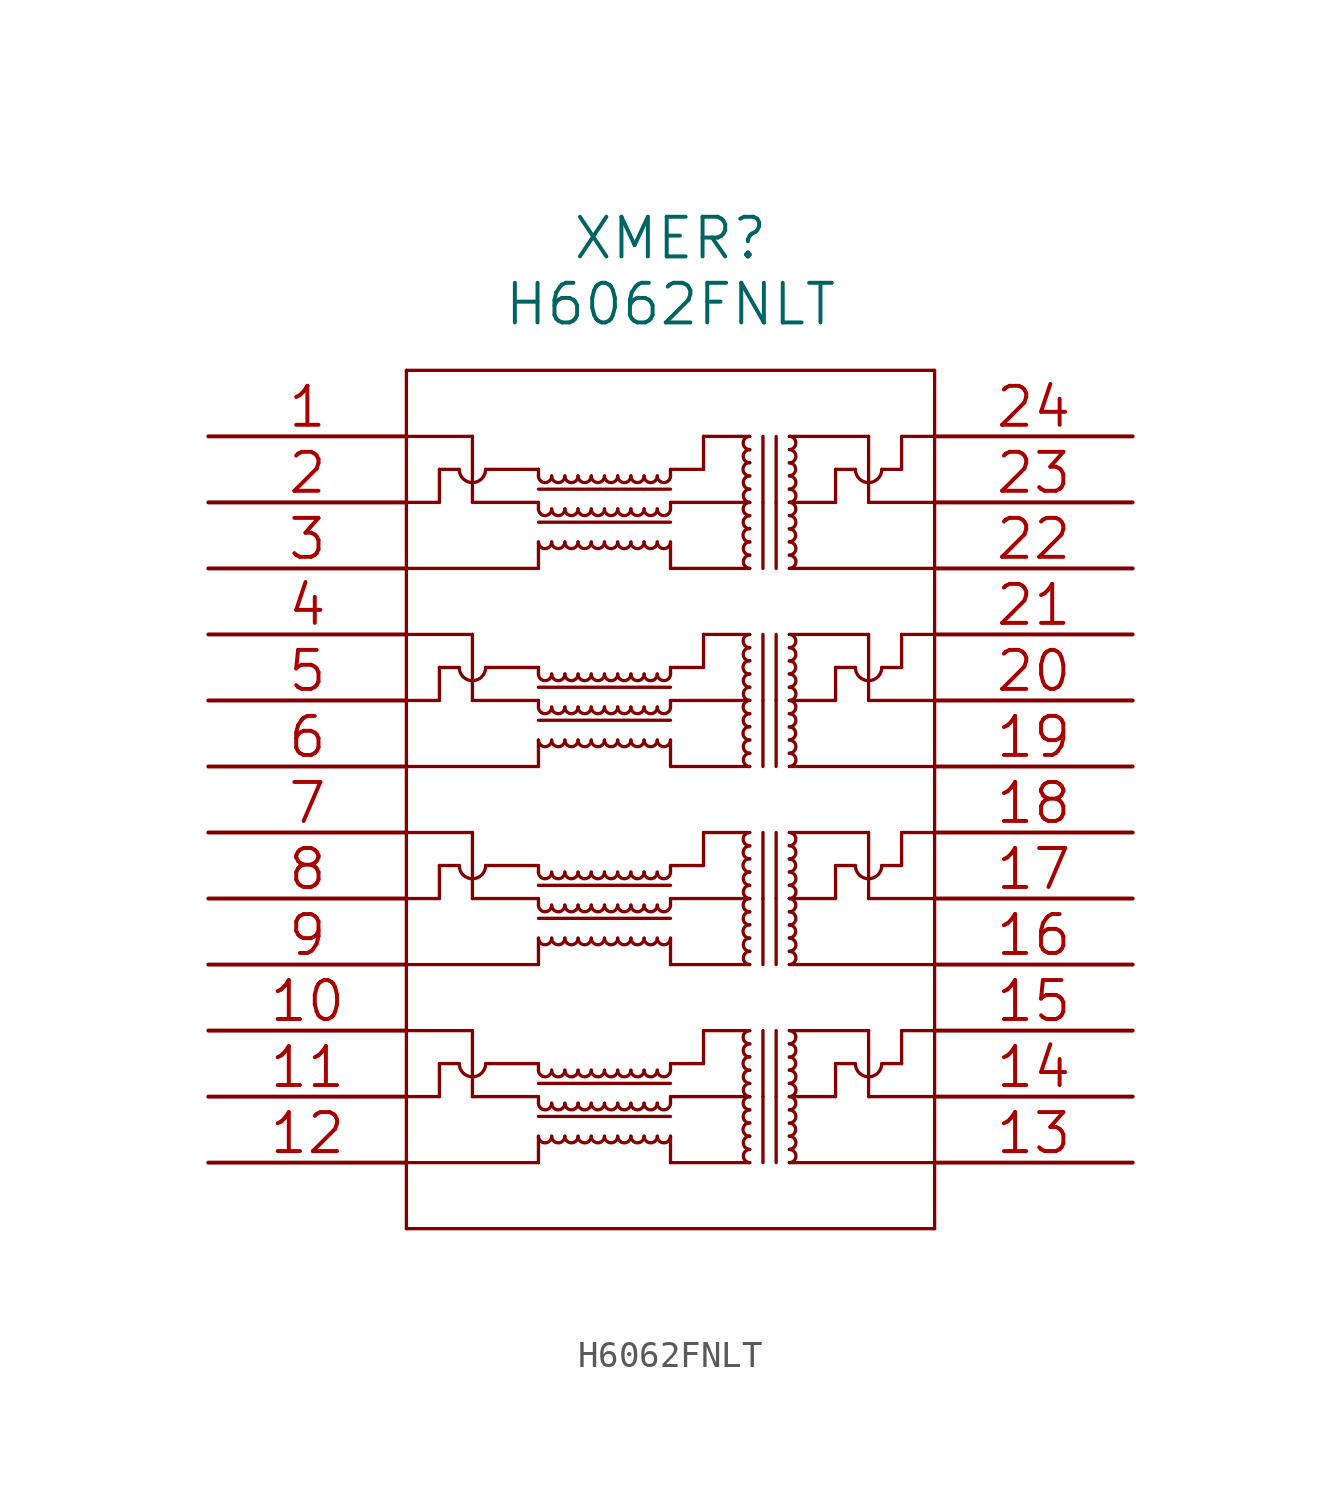
<source format=kicad_sym>
(kicad_symbol_lib
  (version 20211014)
  (generator kicad_symbol_editor)
  (symbol "H6062FNLT"
    (pin_names
      (offset 0.254) hide)
    (property "Reference" "XMER"
      (at 17.78 7.62 0)
      (effects (font (size 1.524 1.524))))
    (property "Value" "H6062FNLT"
      (at 17.78 5.08 0)
      (effects (font (size 1.524 1.524))))
    (property "Datasheet" ""
      (at 0 0 0)
      (effects (font (size 1.524 1.524))))
    (property "ki_locked" ""
      (at 0 0 0)
      (effects (font (size 1.27 1.27))))
    (symbol "H6062FNLT_1_1"
      (polyline (pts (xy 7.62 -30.48) (xy 27.94 -30.48)) (stroke (width 0.127) (type default) (color 0 0 0 0)) (fill (type none)))
      (polyline (pts (xy 7.62 -25.4) (xy 8.89 -25.4)) (stroke (width 0.127) (type default) (color 0 0 0 0)) (fill (type none)))
      (polyline (pts (xy 7.62 -22.86) (xy 10.16 -22.86)) (stroke (width 0.127) (type default) (color 0 0 0 0)) (fill (type none)))
      (polyline (pts (xy 7.62 -17.78) (xy 8.89 -17.78)) (stroke (width 0.127) (type default) (color 0 0 0 0)) (fill (type none)))
      (polyline (pts (xy 7.62 -15.24) (xy 10.16 -15.24)) (stroke (width 0.127) (type default) (color 0 0 0 0)) (fill (type none)))
      (polyline (pts (xy 7.62 -10.16) (xy 8.89 -10.16)) (stroke (width 0.127) (type default) (color 0 0 0 0)) (fill (type none)))
      (polyline (pts (xy 7.62 -7.62) (xy 10.16 -7.62)) (stroke (width 0.127) (type default) (color 0 0 0 0)) (fill (type none)))
      (polyline (pts (xy 7.62 -2.54) (xy 8.89 -2.54)) (stroke (width 0.127) (type default) (color 0 0 0 0)) (fill (type none)))
      (polyline (pts (xy 7.62 0) (xy 10.16 0)) (stroke (width 0.127) (type default) (color 0 0 0 0)) (fill (type none)))
      (polyline (pts (xy 7.62 2.54) (xy 7.62 -30.48)) (stroke (width 0.127) (type default) (color 0 0 0 0)) (fill (type none)))
      (polyline (pts (xy 8.89 -24.13) (xy 8.89 -25.4)) (stroke (width 0.127) (type default) (color 0 0 0 0)) (fill (type none)))
      (polyline (pts (xy 8.89 -24.13) (xy 9.652 -24.13)) (stroke (width 0.127) (type default) (color 0 0 0 0)) (fill (type none)))
      (polyline (pts (xy 8.89 -16.51) (xy 8.89 -17.78)) (stroke (width 0.127) (type default) (color 0 0 0 0)) (fill (type none)))
      (polyline (pts (xy 8.89 -16.51) (xy 9.652 -16.51)) (stroke (width 0.127) (type default) (color 0 0 0 0)) (fill (type none)))
      (polyline (pts (xy 8.89 -8.89) (xy 8.89 -10.16)) (stroke (width 0.127) (type default) (color 0 0 0 0)) (fill (type none)))
      (polyline (pts (xy 8.89 -8.89) (xy 9.652 -8.89)) (stroke (width 0.127) (type default) (color 0 0 0 0)) (fill (type none)))
      (polyline (pts (xy 8.89 -1.27) (xy 8.89 -2.54)) (stroke (width 0.127) (type default) (color 0 0 0 0)) (fill (type none)))
      (polyline (pts (xy 8.89 -1.27) (xy 9.652 -1.27)) (stroke (width 0.127) (type default) (color 0 0 0 0)) (fill (type none)))
      (polyline (pts (xy 10.16 -25.4) (xy 10.16 -22.86)) (stroke (width 0.127) (type default) (color 0 0 0 0)) (fill (type none)))
      (polyline (pts (xy 10.16 -17.78) (xy 10.16 -15.24)) (stroke (width 0.127) (type default) (color 0 0 0 0)) (fill (type none)))
      (polyline (pts (xy 10.16 -10.16) (xy 10.16 -7.62)) (stroke (width 0.127) (type default) (color 0 0 0 0)) (fill (type none)))
      (polyline (pts (xy 10.16 -2.54) (xy 10.16 0)) (stroke (width 0.127) (type default) (color 0 0 0 0)) (fill (type none)))
      (polyline (pts (xy 12.7 -27.94) (xy 7.62 -27.94)) (stroke (width 0.127) (type default) (color 0 0 0 0)) (fill (type none)))
      (polyline (pts (xy 12.7 -26.924) (xy 12.7 -27.94)) (stroke (width 0.127) (type default) (color 0 0 0 0)) (fill (type none)))
      (polyline (pts (xy 12.7 -26.162) (xy 17.78 -26.162)) (stroke (width 0.127) (type default) (color 0 0 0 0)) (fill (type none)))
      (polyline (pts (xy 12.7 -25.654) (xy 12.7 -25.4)) (stroke (width 0.127) (type default) (color 0 0 0 0)) (fill (type none)))
      (polyline (pts (xy 12.7 -25.4) (xy 10.16 -25.4)) (stroke (width 0.127) (type default) (color 0 0 0 0)) (fill (type none)))
      (polyline (pts (xy 12.7 -24.892) (xy 17.78 -24.892)) (stroke (width 0.127) (type default) (color 0 0 0 0)) (fill (type none)))
      (polyline (pts (xy 12.7 -24.384) (xy 12.7 -24.13)) (stroke (width 0.127) (type default) (color 0 0 0 0)) (fill (type none)))
      (polyline (pts (xy 12.7 -24.13) (xy 10.668 -24.13)) (stroke (width 0.127) (type default) (color 0 0 0 0)) (fill (type none)))
      (polyline (pts (xy 12.7 -20.32) (xy 7.62 -20.32)) (stroke (width 0.127) (type default) (color 0 0 0 0)) (fill (type none)))
      (polyline (pts (xy 12.7 -19.304) (xy 12.7 -20.32)) (stroke (width 0.127) (type default) (color 0 0 0 0)) (fill (type none)))
      (polyline (pts (xy 12.7 -18.542) (xy 17.78 -18.542)) (stroke (width 0.127) (type default) (color 0 0 0 0)) (fill (type none)))
      (polyline (pts (xy 12.7 -18.034) (xy 12.7 -17.78)) (stroke (width 0.127) (type default) (color 0 0 0 0)) (fill (type none)))
      (polyline (pts (xy 12.7 -17.78) (xy 10.16 -17.78)) (stroke (width 0.127) (type default) (color 0 0 0 0)) (fill (type none)))
      (polyline (pts (xy 12.7 -17.272) (xy 17.78 -17.272)) (stroke (width 0.127) (type default) (color 0 0 0 0)) (fill (type none)))
      (polyline (pts (xy 12.7 -16.764) (xy 12.7 -16.51)) (stroke (width 0.127) (type default) (color 0 0 0 0)) (fill (type none)))
      (polyline (pts (xy 12.7 -16.51) (xy 10.668 -16.51)) (stroke (width 0.127) (type default) (color 0 0 0 0)) (fill (type none)))
      (polyline (pts (xy 12.7 -12.7) (xy 7.62 -12.7)) (stroke (width 0.127) (type default) (color 0 0 0 0)) (fill (type none)))
      (polyline (pts (xy 12.7 -11.684) (xy 12.7 -12.7)) (stroke (width 0.127) (type default) (color 0 0 0 0)) (fill (type none)))
      (polyline (pts (xy 12.7 -10.922) (xy 17.78 -10.922)) (stroke (width 0.127) (type default) (color 0 0 0 0)) (fill (type none)))
      (polyline (pts (xy 12.7 -10.414) (xy 12.7 -10.16)) (stroke (width 0.127) (type default) (color 0 0 0 0)) (fill (type none)))
      (polyline (pts (xy 12.7 -10.16) (xy 10.16 -10.16)) (stroke (width 0.127) (type default) (color 0 0 0 0)) (fill (type none)))
      (polyline (pts (xy 12.7 -9.652) (xy 17.78 -9.652)) (stroke (width 0.127) (type default) (color 0 0 0 0)) (fill (type none)))
      (polyline (pts (xy 12.7 -9.144) (xy 12.7 -8.89)) (stroke (width 0.127) (type default) (color 0 0 0 0)) (fill (type none)))
      (polyline (pts (xy 12.7 -8.89) (xy 10.668 -8.89)) (stroke (width 0.127) (type default) (color 0 0 0 0)) (fill (type none)))
      (polyline (pts (xy 12.7 -5.08) (xy 7.62 -5.08)) (stroke (width 0.127) (type default) (color 0 0 0 0)) (fill (type none)))
      (polyline (pts (xy 12.7 -4.064) (xy 12.7 -5.08)) (stroke (width 0.127) (type default) (color 0 0 0 0)) (fill (type none)))
      (polyline (pts (xy 12.7 -3.302) (xy 17.78 -3.302)) (stroke (width 0.127) (type default) (color 0 0 0 0)) (fill (type none)))
      (polyline (pts (xy 12.7 -2.794) (xy 12.7 -2.54)) (stroke (width 0.127) (type default) (color 0 0 0 0)) (fill (type none)))
      (polyline (pts (xy 12.7 -2.54) (xy 10.16 -2.54)) (stroke (width 0.127) (type default) (color 0 0 0 0)) (fill (type none)))
      (polyline (pts (xy 12.7 -2.032) (xy 17.78 -2.032)) (stroke (width 0.127) (type default) (color 0 0 0 0)) (fill (type none)))
      (polyline (pts (xy 12.7 -1.524) (xy 12.7 -1.27)) (stroke (width 0.127) (type default) (color 0 0 0 0)) (fill (type none)))
      (polyline (pts (xy 12.7 -1.27) (xy 10.668 -1.27)) (stroke (width 0.127) (type default) (color 0 0 0 0)) (fill (type none)))
      (polyline (pts (xy 17.78 -27.94) (xy 20.828 -27.94)) (stroke (width 0.127) (type default) (color 0 0 0 0)) (fill (type none)))
      (polyline (pts (xy 17.78 -26.924) (xy 17.78 -27.94)) (stroke (width 0.127) (type default) (color 0 0 0 0)) (fill (type none)))
      (polyline (pts (xy 17.78 -25.654) (xy 17.78 -25.4)) (stroke (width 0.127) (type default) (color 0 0 0 0)) (fill (type none)))
      (polyline (pts (xy 17.78 -25.4) (xy 20.828 -25.4)) (stroke (width 0.127) (type default) (color 0 0 0 0)) (fill (type none)))
      (polyline (pts (xy 17.78 -24.384) (xy 17.78 -24.13)) (stroke (width 0.127) (type default) (color 0 0 0 0)) (fill (type none)))
      (polyline (pts (xy 17.78 -24.13) (xy 19.05 -24.13)) (stroke (width 0.127) (type default) (color 0 0 0 0)) (fill (type none)))
      (polyline (pts (xy 17.78 -20.32) (xy 20.828 -20.32)) (stroke (width 0.127) (type default) (color 0 0 0 0)) (fill (type none)))
      (polyline (pts (xy 17.78 -19.304) (xy 17.78 -20.32)) (stroke (width 0.127) (type default) (color 0 0 0 0)) (fill (type none)))
      (polyline (pts (xy 17.78 -18.034) (xy 17.78 -17.78)) (stroke (width 0.127) (type default) (color 0 0 0 0)) (fill (type none)))
      (polyline (pts (xy 17.78 -17.78) (xy 20.828 -17.78)) (stroke (width 0.127) (type default) (color 0 0 0 0)) (fill (type none)))
      (polyline (pts (xy 17.78 -16.764) (xy 17.78 -16.51)) (stroke (width 0.127) (type default) (color 0 0 0 0)) (fill (type none)))
      (polyline (pts (xy 17.78 -16.51) (xy 19.05 -16.51)) (stroke (width 0.127) (type default) (color 0 0 0 0)) (fill (type none)))
      (polyline (pts (xy 17.78 -12.7) (xy 20.828 -12.7)) (stroke (width 0.127) (type default) (color 0 0 0 0)) (fill (type none)))
      (polyline (pts (xy 17.78 -11.684) (xy 17.78 -12.7)) (stroke (width 0.127) (type default) (color 0 0 0 0)) (fill (type none)))
      (polyline (pts (xy 17.78 -10.414) (xy 17.78 -10.16)) (stroke (width 0.127) (type default) (color 0 0 0 0)) (fill (type none)))
      (polyline (pts (xy 17.78 -10.16) (xy 20.828 -10.16)) (stroke (width 0.127) (type default) (color 0 0 0 0)) (fill (type none)))
      (polyline (pts (xy 17.78 -9.144) (xy 17.78 -8.89)) (stroke (width 0.127) (type default) (color 0 0 0 0)) (fill (type none)))
      (polyline (pts (xy 17.78 -8.89) (xy 19.05 -8.89)) (stroke (width 0.127) (type default) (color 0 0 0 0)) (fill (type none)))
      (polyline (pts (xy 17.78 -5.08) (xy 20.828 -5.08)) (stroke (width 0.127) (type default) (color 0 0 0 0)) (fill (type none)))
      (polyline (pts (xy 17.78 -4.064) (xy 17.78 -5.08)) (stroke (width 0.127) (type default) (color 0 0 0 0)) (fill (type none)))
      (polyline (pts (xy 17.78 -2.794) (xy 17.78 -2.54)) (stroke (width 0.127) (type default) (color 0 0 0 0)) (fill (type none)))
      (polyline (pts (xy 17.78 -2.54) (xy 20.828 -2.54)) (stroke (width 0.127) (type default) (color 0 0 0 0)) (fill (type none)))
      (polyline (pts (xy 17.78 -1.524) (xy 17.78 -1.27)) (stroke (width 0.127) (type default) (color 0 0 0 0)) (fill (type none)))
      (polyline (pts (xy 17.78 -1.27) (xy 19.05 -1.27)) (stroke (width 0.127) (type default) (color 0 0 0 0)) (fill (type none)))
      (polyline (pts (xy 19.05 -22.86) (xy 19.05 -24.13)) (stroke (width 0.127) (type default) (color 0 0 0 0)) (fill (type none)))
      (polyline (pts (xy 19.05 -22.86) (xy 20.828 -22.86)) (stroke (width 0.127) (type default) (color 0 0 0 0)) (fill (type none)))
      (polyline (pts (xy 19.05 -15.24) (xy 19.05 -16.51)) (stroke (width 0.127) (type default) (color 0 0 0 0)) (fill (type none)))
      (polyline (pts (xy 19.05 -15.24) (xy 20.828 -15.24)) (stroke (width 0.127) (type default) (color 0 0 0 0)) (fill (type none)))
      (polyline (pts (xy 19.05 -7.62) (xy 19.05 -8.89)) (stroke (width 0.127) (type default) (color 0 0 0 0)) (fill (type none)))
      (polyline (pts (xy 19.05 -7.62) (xy 20.828 -7.62)) (stroke (width 0.127) (type default) (color 0 0 0 0)) (fill (type none)))
      (polyline (pts (xy 19.05 0) (xy 19.05 -1.27)) (stroke (width 0.127) (type default) (color 0 0 0 0)) (fill (type none)))
      (polyline (pts (xy 19.05 0) (xy 20.828 0)) (stroke (width 0.127) (type default) (color 0 0 0 0)) (fill (type none)))
      (polyline (pts (xy 21.336 -25.4) (xy 21.336 -27.94)) (stroke (width 0.127) (type default) (color 0 0 0 0)) (fill (type none)))
      (polyline (pts (xy 21.336 -22.86) (xy 21.336 -25.4)) (stroke (width 0.127) (type default) (color 0 0 0 0)) (fill (type none)))
      (polyline (pts (xy 21.336 -17.78) (xy 21.336 -20.32)) (stroke (width 0.127) (type default) (color 0 0 0 0)) (fill (type none)))
      (polyline (pts (xy 21.336 -15.24) (xy 21.336 -17.78)) (stroke (width 0.127) (type default) (color 0 0 0 0)) (fill (type none)))
      (polyline (pts (xy 21.336 -10.16) (xy 21.336 -12.7)) (stroke (width 0.127) (type default) (color 0 0 0 0)) (fill (type none)))
      (polyline (pts (xy 21.336 -7.62) (xy 21.336 -10.16)) (stroke (width 0.127) (type default) (color 0 0 0 0)) (fill (type none)))
      (polyline (pts (xy 21.336 -2.54) (xy 21.336 -5.08)) (stroke (width 0.127) (type default) (color 0 0 0 0)) (fill (type none)))
      (polyline (pts (xy 21.336 0) (xy 21.336 -2.54)) (stroke (width 0.127) (type default) (color 0 0 0 0)) (fill (type none)))
      (polyline (pts (xy 21.844 -27.94) (xy 21.844 -25.4)) (stroke (width 0.127) (type default) (color 0 0 0 0)) (fill (type none)))
      (polyline (pts (xy 21.844 -25.4) (xy 21.844 -22.86)) (stroke (width 0.127) (type default) (color 0 0 0 0)) (fill (type none)))
      (polyline (pts (xy 21.844 -20.32) (xy 21.844 -17.78)) (stroke (width 0.127) (type default) (color 0 0 0 0)) (fill (type none)))
      (polyline (pts (xy 21.844 -17.78) (xy 21.844 -15.24)) (stroke (width 0.127) (type default) (color 0 0 0 0)) (fill (type none)))
      (polyline (pts (xy 21.844 -12.7) (xy 21.844 -10.16)) (stroke (width 0.127) (type default) (color 0 0 0 0)) (fill (type none)))
      (polyline (pts (xy 21.844 -10.16) (xy 21.844 -7.62)) (stroke (width 0.127) (type default) (color 0 0 0 0)) (fill (type none)))
      (polyline (pts (xy 21.844 -5.08) (xy 21.844 -2.54)) (stroke (width 0.127) (type default) (color 0 0 0 0)) (fill (type none)))
      (polyline (pts (xy 21.844 -2.54) (xy 21.844 0)) (stroke (width 0.127) (type default) (color 0 0 0 0)) (fill (type none)))
      (polyline (pts (xy 24.13 -25.4) (xy 22.352 -25.4)) (stroke (width 0.127) (type default) (color 0 0 0 0)) (fill (type none)))
      (polyline (pts (xy 24.13 -24.13) (xy 24.13 -25.4)) (stroke (width 0.127) (type default) (color 0 0 0 0)) (fill (type none)))
      (polyline (pts (xy 24.13 -17.78) (xy 22.352 -17.78)) (stroke (width 0.127) (type default) (color 0 0 0 0)) (fill (type none)))
      (polyline (pts (xy 24.13 -16.51) (xy 24.13 -17.78)) (stroke (width 0.127) (type default) (color 0 0 0 0)) (fill (type none)))
      (polyline (pts (xy 24.13 -10.16) (xy 22.352 -10.16)) (stroke (width 0.127) (type default) (color 0 0 0 0)) (fill (type none)))
      (polyline (pts (xy 24.13 -8.89) (xy 24.13 -10.16)) (stroke (width 0.127) (type default) (color 0 0 0 0)) (fill (type none)))
      (polyline (pts (xy 24.13 -2.54) (xy 22.352 -2.54)) (stroke (width 0.127) (type default) (color 0 0 0 0)) (fill (type none)))
      (polyline (pts (xy 24.13 -1.27) (xy 24.13 -2.54)) (stroke (width 0.127) (type default) (color 0 0 0 0)) (fill (type none)))
      (polyline (pts (xy 24.892 -24.13) (xy 24.13 -24.13)) (stroke (width 0.127) (type default) (color 0 0 0 0)) (fill (type none)))
      (polyline (pts (xy 24.892 -16.51) (xy 24.13 -16.51)) (stroke (width 0.127) (type default) (color 0 0 0 0)) (fill (type none)))
      (polyline (pts (xy 24.892 -8.89) (xy 24.13 -8.89)) (stroke (width 0.127) (type default) (color 0 0 0 0)) (fill (type none)))
      (polyline (pts (xy 24.892 -1.27) (xy 24.13 -1.27)) (stroke (width 0.127) (type default) (color 0 0 0 0)) (fill (type none)))
      (polyline (pts (xy 25.4 -25.4) (xy 25.4 -22.86)) (stroke (width 0.127) (type default) (color 0 0 0 0)) (fill (type none)))
      (polyline (pts (xy 25.4 -25.4) (xy 27.94 -25.4)) (stroke (width 0.127) (type default) (color 0 0 0 0)) (fill (type none)))
      (polyline (pts (xy 25.4 -22.86) (xy 22.352 -22.86)) (stroke (width 0.127) (type default) (color 0 0 0 0)) (fill (type none)))
      (polyline (pts (xy 25.4 -17.78) (xy 25.4 -15.24)) (stroke (width 0.127) (type default) (color 0 0 0 0)) (fill (type none)))
      (polyline (pts (xy 25.4 -17.78) (xy 27.94 -17.78)) (stroke (width 0.127) (type default) (color 0 0 0 0)) (fill (type none)))
      (polyline (pts (xy 25.4 -15.24) (xy 22.352 -15.24)) (stroke (width 0.127) (type default) (color 0 0 0 0)) (fill (type none)))
      (polyline (pts (xy 25.4 -10.16) (xy 25.4 -7.62)) (stroke (width 0.127) (type default) (color 0 0 0 0)) (fill (type none)))
      (polyline (pts (xy 25.4 -10.16) (xy 27.94 -10.16)) (stroke (width 0.127) (type default) (color 0 0 0 0)) (fill (type none)))
      (polyline (pts (xy 25.4 -7.62) (xy 22.352 -7.62)) (stroke (width 0.127) (type default) (color 0 0 0 0)) (fill (type none)))
      (polyline (pts (xy 25.4 -2.54) (xy 25.4 0)) (stroke (width 0.127) (type default) (color 0 0 0 0)) (fill (type none)))
      (polyline (pts (xy 25.4 -2.54) (xy 27.94 -2.54)) (stroke (width 0.127) (type default) (color 0 0 0 0)) (fill (type none)))
      (polyline (pts (xy 25.4 0) (xy 22.352 0)) (stroke (width 0.127) (type default) (color 0 0 0 0)) (fill (type none)))
      (polyline (pts (xy 26.67 -24.13) (xy 25.908 -24.13)) (stroke (width 0.127) (type default) (color 0 0 0 0)) (fill (type none)))
      (polyline (pts (xy 26.67 -22.86) (xy 26.67 -24.13)) (stroke (width 0.127) (type default) (color 0 0 0 0)) (fill (type none)))
      (polyline (pts (xy 26.67 -22.86) (xy 27.94 -22.86)) (stroke (width 0.127) (type default) (color 0 0 0 0)) (fill (type none)))
      (polyline (pts (xy 26.67 -16.51) (xy 25.908 -16.51)) (stroke (width 0.127) (type default) (color 0 0 0 0)) (fill (type none)))
      (polyline (pts (xy 26.67 -15.24) (xy 26.67 -16.51)) (stroke (width 0.127) (type default) (color 0 0 0 0)) (fill (type none)))
      (polyline (pts (xy 26.67 -15.24) (xy 27.94 -15.24)) (stroke (width 0.127) (type default) (color 0 0 0 0)) (fill (type none)))
      (polyline (pts (xy 26.67 -8.89) (xy 25.908 -8.89)) (stroke (width 0.127) (type default) (color 0 0 0 0)) (fill (type none)))
      (polyline (pts (xy 26.67 -7.62) (xy 26.67 -8.89)) (stroke (width 0.127) (type default) (color 0 0 0 0)) (fill (type none)))
      (polyline (pts (xy 26.67 -7.62) (xy 27.94 -7.62)) (stroke (width 0.127) (type default) (color 0 0 0 0)) (fill (type none)))
      (polyline (pts (xy 26.67 -1.27) (xy 25.908 -1.27)) (stroke (width 0.127) (type default) (color 0 0 0 0)) (fill (type none)))
      (polyline (pts (xy 26.67 0) (xy 26.67 -1.27)) (stroke (width 0.127) (type default) (color 0 0 0 0)) (fill (type none)))
      (polyline (pts (xy 26.67 0) (xy 27.94 0)) (stroke (width 0.127) (type default) (color 0 0 0 0)) (fill (type none)))
      (polyline (pts (xy 27.94 -30.48) (xy 27.94 2.54)) (stroke (width 0.127) (type default) (color 0 0 0 0)) (fill (type none)))
      (polyline (pts (xy 27.94 -27.94) (xy 22.352 -27.94)) (stroke (width 0.127) (type default) (color 0 0 0 0)) (fill (type none)))
      (polyline (pts (xy 27.94 -20.32) (xy 22.352 -20.32)) (stroke (width 0.127) (type default) (color 0 0 0 0)) (fill (type none)))
      (polyline (pts (xy 27.94 -12.7) (xy 22.352 -12.7)) (stroke (width 0.127) (type default) (color 0 0 0 0)) (fill (type none)))
      (polyline (pts (xy 27.94 -5.08) (xy 22.352 -5.08)) (stroke (width 0.127) (type default) (color 0 0 0 0)) (fill (type none)))
      (polyline (pts (xy 27.94 2.54) (xy 7.62 2.54)) (stroke (width 0.127) (type default) (color 0 0 0 0)) (fill (type none)))
      (arc (start 9.652 -24.13) (mid 10.16 -24.638) (end 10.668 -24.13) (stroke (width 0.127) (type default) (color 0 0 0 0)) (fill (type none)))
      (arc (start 9.652 -16.51) (mid 10.16 -17.018) (end 10.668 -16.51) (stroke (width 0.127) (type default) (color 0 0 0 0)) (fill (type none)))
      (arc (start 9.652 -8.89) (mid 10.16 -9.398) (end 10.668 -8.89) (stroke (width 0.127) (type default) (color 0 0 0 0)) (fill (type none)))
      (arc (start 9.652 -1.27) (mid 10.16 -1.778) (end 10.668 -1.27) (stroke (width 0.127) (type default) (color 0 0 0 0)) (fill (type none)))
      (arc (start 12.7 -26.924) (mid 12.954 -27.178) (end 13.208 -26.924) (stroke (width 0.127) (type default) (color 0 0 0 0)) (fill (type none)))
      (arc (start 12.7 -25.654) (mid 12.954 -25.908) (end 13.208 -25.654) (stroke (width 0.127) (type default) (color 0 0 0 0)) (fill (type none)))
      (arc (start 12.7 -24.384) (mid 12.954 -24.638) (end 13.208 -24.384) (stroke (width 0.127) (type default) (color 0 0 0 0)) (fill (type none)))
      (arc (start 12.7 -19.304) (mid 12.954 -19.558) (end 13.208 -19.304) (stroke (width 0.127) (type default) (color 0 0 0 0)) (fill (type none)))
      (arc (start 12.7 -18.034) (mid 12.954 -18.288) (end 13.208 -18.034) (stroke (width 0.127) (type default) (color 0 0 0 0)) (fill (type none)))
      (arc (start 12.7 -16.764) (mid 12.954 -17.018) (end 13.208 -16.764) (stroke (width 0.127) (type default) (color 0 0 0 0)) (fill (type none)))
      (arc (start 12.7 -11.684) (mid 12.954 -11.938) (end 13.208 -11.684) (stroke (width 0.127) (type default) (color 0 0 0 0)) (fill (type none)))
      (arc (start 12.7 -10.414) (mid 12.954 -10.668) (end 13.208 -10.414) (stroke (width 0.127) (type default) (color 0 0 0 0)) (fill (type none)))
      (arc (start 12.7 -9.144) (mid 12.954 -9.398) (end 13.208 -9.144) (stroke (width 0.127) (type default) (color 0 0 0 0)) (fill (type none)))
      (arc (start 12.7 -4.064) (mid 12.954 -4.318) (end 13.208 -4.064) (stroke (width 0.127) (type default) (color 0 0 0 0)) (fill (type none)))
      (arc (start 12.7 -2.794) (mid 12.954 -3.048) (end 13.208 -2.794) (stroke (width 0.127) (type default) (color 0 0 0 0)) (fill (type none)))
      (arc (start 12.7 -1.524) (mid 12.954 -1.778) (end 13.208 -1.524) (stroke (width 0.127) (type default) (color 0 0 0 0)) (fill (type none)))
      (arc (start 13.208 -26.924) (mid 13.462 -27.178) (end 13.716 -26.924) (stroke (width 0.127) (type default) (color 0 0 0 0)) (fill (type none)))
      (arc (start 13.208 -25.654) (mid 13.462 -25.908) (end 13.716 -25.654) (stroke (width 0.127) (type default) (color 0 0 0 0)) (fill (type none)))
      (arc (start 13.208 -24.384) (mid 13.462 -24.638) (end 13.716 -24.384) (stroke (width 0.127) (type default) (color 0 0 0 0)) (fill (type none)))
      (arc (start 13.208 -19.304) (mid 13.462 -19.558) (end 13.716 -19.304) (stroke (width 0.127) (type default) (color 0 0 0 0)) (fill (type none)))
      (arc (start 13.208 -18.034) (mid 13.462 -18.288) (end 13.716 -18.034) (stroke (width 0.127) (type default) (color 0 0 0 0)) (fill (type none)))
      (arc (start 13.208 -16.764) (mid 13.462 -17.018) (end 13.716 -16.764) (stroke (width 0.127) (type default) (color 0 0 0 0)) (fill (type none)))
      (arc (start 13.208 -11.684) (mid 13.462 -11.938) (end 13.716 -11.684) (stroke (width 0.127) (type default) (color 0 0 0 0)) (fill (type none)))
      (arc (start 13.208 -10.414) (mid 13.462 -10.668) (end 13.716 -10.414) (stroke (width 0.127) (type default) (color 0 0 0 0)) (fill (type none)))
      (arc (start 13.208 -9.144) (mid 13.462 -9.398) (end 13.716 -9.144) (stroke (width 0.127) (type default) (color 0 0 0 0)) (fill (type none)))
      (arc (start 13.208 -4.064) (mid 13.462 -4.318) (end 13.716 -4.064) (stroke (width 0.127) (type default) (color 0 0 0 0)) (fill (type none)))
      (arc (start 13.208 -2.794) (mid 13.462 -3.048) (end 13.716 -2.794) (stroke (width 0.127) (type default) (color 0 0 0 0)) (fill (type none)))
      (arc (start 13.208 -1.524) (mid 13.462 -1.778) (end 13.716 -1.524) (stroke (width 0.127) (type default) (color 0 0 0 0)) (fill (type none)))
      (arc (start 13.716 -26.924) (mid 13.97 -27.178) (end 14.224 -26.924) (stroke (width 0.127) (type default) (color 0 0 0 0)) (fill (type none)))
      (arc (start 13.716 -25.654) (mid 13.97 -25.908) (end 14.224 -25.654) (stroke (width 0.127) (type default) (color 0 0 0 0)) (fill (type none)))
      (arc (start 13.716 -24.384) (mid 13.97 -24.638) (end 14.224 -24.384) (stroke (width 0.127) (type default) (color 0 0 0 0)) (fill (type none)))
      (arc (start 13.716 -19.304) (mid 13.97 -19.558) (end 14.224 -19.304) (stroke (width 0.127) (type default) (color 0 0 0 0)) (fill (type none)))
      (arc (start 13.716 -18.034) (mid 13.97 -18.288) (end 14.224 -18.034) (stroke (width 0.127) (type default) (color 0 0 0 0)) (fill (type none)))
      (arc (start 13.716 -16.764) (mid 13.97 -17.018) (end 14.224 -16.764) (stroke (width 0.127) (type default) (color 0 0 0 0)) (fill (type none)))
      (arc (start 13.716 -11.684) (mid 13.97 -11.938) (end 14.224 -11.684) (stroke (width 0.127) (type default) (color 0 0 0 0)) (fill (type none)))
      (arc (start 13.716 -10.414) (mid 13.97 -10.668) (end 14.224 -10.414) (stroke (width 0.127) (type default) (color 0 0 0 0)) (fill (type none)))
      (arc (start 13.716 -9.144) (mid 13.97 -9.398) (end 14.224 -9.144) (stroke (width 0.127) (type default) (color 0 0 0 0)) (fill (type none)))
      (arc (start 13.716 -4.064) (mid 13.97 -4.318) (end 14.224 -4.064) (stroke (width 0.127) (type default) (color 0 0 0 0)) (fill (type none)))
      (arc (start 13.716 -2.794) (mid 13.97 -3.048) (end 14.224 -2.794) (stroke (width 0.127) (type default) (color 0 0 0 0)) (fill (type none)))
      (arc (start 13.716 -1.524) (mid 13.97 -1.778) (end 14.224 -1.524) (stroke (width 0.127) (type default) (color 0 0 0 0)) (fill (type none)))
      (arc (start 14.224 -26.924) (mid 14.478 -27.178) (end 14.732 -26.924) (stroke (width 0.127) (type default) (color 0 0 0 0)) (fill (type none)))
      (arc (start 14.224 -25.654) (mid 14.478 -25.908) (end 14.732 -25.654) (stroke (width 0.127) (type default) (color 0 0 0 0)) (fill (type none)))
      (arc (start 14.224 -24.384) (mid 14.478 -24.638) (end 14.732 -24.384) (stroke (width 0.127) (type default) (color 0 0 0 0)) (fill (type none)))
      (arc (start 14.224 -19.304) (mid 14.478 -19.558) (end 14.732 -19.304) (stroke (width 0.127) (type default) (color 0 0 0 0)) (fill (type none)))
      (arc (start 14.224 -18.034) (mid 14.478 -18.288) (end 14.732 -18.034) (stroke (width 0.127) (type default) (color 0 0 0 0)) (fill (type none)))
      (arc (start 14.224 -16.764) (mid 14.478 -17.018) (end 14.732 -16.764) (stroke (width 0.127) (type default) (color 0 0 0 0)) (fill (type none)))
      (arc (start 14.224 -11.684) (mid 14.478 -11.938) (end 14.732 -11.684) (stroke (width 0.127) (type default) (color 0 0 0 0)) (fill (type none)))
      (arc (start 14.224 -10.414) (mid 14.478 -10.668) (end 14.732 -10.414) (stroke (width 0.127) (type default) (color 0 0 0 0)) (fill (type none)))
      (arc (start 14.224 -9.144) (mid 14.478 -9.398) (end 14.732 -9.144) (stroke (width 0.127) (type default) (color 0 0 0 0)) (fill (type none)))
      (arc (start 14.224 -4.064) (mid 14.478 -4.318) (end 14.732 -4.064) (stroke (width 0.127) (type default) (color 0 0 0 0)) (fill (type none)))
      (arc (start 14.224 -2.794) (mid 14.478 -3.048) (end 14.732 -2.794) (stroke (width 0.127) (type default) (color 0 0 0 0)) (fill (type none)))
      (arc (start 14.224 -1.524) (mid 14.478 -1.778) (end 14.732 -1.524) (stroke (width 0.127) (type default) (color 0 0 0 0)) (fill (type none)))
      (arc (start 14.732 -26.924) (mid 14.986 -27.178) (end 15.24 -26.924) (stroke (width 0.127) (type default) (color 0 0 0 0)) (fill (type none)))
      (arc (start 14.732 -25.654) (mid 14.986 -25.908) (end 15.24 -25.654) (stroke (width 0.127) (type default) (color 0 0 0 0)) (fill (type none)))
      (arc (start 14.732 -24.384) (mid 14.986 -24.638) (end 15.24 -24.384) (stroke (width 0.127) (type default) (color 0 0 0 0)) (fill (type none)))
      (arc (start 14.732 -19.304) (mid 14.986 -19.558) (end 15.24 -19.304) (stroke (width 0.127) (type default) (color 0 0 0 0)) (fill (type none)))
      (arc (start 14.732 -18.034) (mid 14.986 -18.288) (end 15.24 -18.034) (stroke (width 0.127) (type default) (color 0 0 0 0)) (fill (type none)))
      (arc (start 14.732 -16.764) (mid 14.986 -17.018) (end 15.24 -16.764) (stroke (width 0.127) (type default) (color 0 0 0 0)) (fill (type none)))
      (arc (start 14.732 -11.684) (mid 14.986 -11.938) (end 15.24 -11.684) (stroke (width 0.127) (type default) (color 0 0 0 0)) (fill (type none)))
      (arc (start 14.732 -10.414) (mid 14.986 -10.668) (end 15.24 -10.414) (stroke (width 0.127) (type default) (color 0 0 0 0)) (fill (type none)))
      (arc (start 14.732 -9.144) (mid 14.986 -9.398) (end 15.24 -9.144) (stroke (width 0.127) (type default) (color 0 0 0 0)) (fill (type none)))
      (arc (start 14.732 -4.064) (mid 14.986 -4.318) (end 15.24 -4.064) (stroke (width 0.127) (type default) (color 0 0 0 0)) (fill (type none)))
      (arc (start 14.732 -2.794) (mid 14.986 -3.048) (end 15.24 -2.794) (stroke (width 0.127) (type default) (color 0 0 0 0)) (fill (type none)))
      (arc (start 14.732 -1.524) (mid 14.986 -1.778) (end 15.24 -1.524) (stroke (width 0.127) (type default) (color 0 0 0 0)) (fill (type none)))
      (arc (start 15.24 -26.924) (mid 15.494 -27.178) (end 15.748 -26.924) (stroke (width 0.127) (type default) (color 0 0 0 0)) (fill (type none)))
      (arc (start 15.24 -25.654) (mid 15.494 -25.908) (end 15.748 -25.654) (stroke (width 0.127) (type default) (color 0 0 0 0)) (fill (type none)))
      (arc (start 15.24 -24.384) (mid 15.494 -24.638) (end 15.748 -24.384) (stroke (width 0.127) (type default) (color 0 0 0 0)) (fill (type none)))
      (arc (start 15.24 -19.304) (mid 15.494 -19.558) (end 15.748 -19.304) (stroke (width 0.127) (type default) (color 0 0 0 0)) (fill (type none)))
      (arc (start 15.24 -18.034) (mid 15.494 -18.288) (end 15.748 -18.034) (stroke (width 0.127) (type default) (color 0 0 0 0)) (fill (type none)))
      (arc (start 15.24 -16.764) (mid 15.494 -17.018) (end 15.748 -16.764) (stroke (width 0.127) (type default) (color 0 0 0 0)) (fill (type none)))
      (arc (start 15.24 -11.684) (mid 15.494 -11.938) (end 15.748 -11.684) (stroke (width 0.127) (type default) (color 0 0 0 0)) (fill (type none)))
      (arc (start 15.24 -10.414) (mid 15.494 -10.668) (end 15.748 -10.414) (stroke (width 0.127) (type default) (color 0 0 0 0)) (fill (type none)))
      (arc (start 15.24 -9.144) (mid 15.494 -9.398) (end 15.748 -9.144) (stroke (width 0.127) (type default) (color 0 0 0 0)) (fill (type none)))
      (arc (start 15.24 -4.064) (mid 15.494 -4.318) (end 15.748 -4.064) (stroke (width 0.127) (type default) (color 0 0 0 0)) (fill (type none)))
      (arc (start 15.24 -2.794) (mid 15.494 -3.048) (end 15.748 -2.794) (stroke (width 0.127) (type default) (color 0 0 0 0)) (fill (type none)))
      (arc (start 15.24 -1.524) (mid 15.494 -1.778) (end 15.748 -1.524) (stroke (width 0.127) (type default) (color 0 0 0 0)) (fill (type none)))
      (arc (start 15.748 -26.924) (mid 16.002 -27.178) (end 16.256 -26.924) (stroke (width 0.127) (type default) (color 0 0 0 0)) (fill (type none)))
      (arc (start 15.748 -25.654) (mid 16.002 -25.908) (end 16.256 -25.654) (stroke (width 0.127) (type default) (color 0 0 0 0)) (fill (type none)))
      (arc (start 15.748 -24.384) (mid 16.002 -24.638) (end 16.256 -24.384) (stroke (width 0.127) (type default) (color 0 0 0 0)) (fill (type none)))
      (arc (start 15.748 -19.304) (mid 16.002 -19.558) (end 16.256 -19.304) (stroke (width 0.127) (type default) (color 0 0 0 0)) (fill (type none)))
      (arc (start 15.748 -18.034) (mid 16.002 -18.288) (end 16.256 -18.034) (stroke (width 0.127) (type default) (color 0 0 0 0)) (fill (type none)))
      (arc (start 15.748 -16.764) (mid 16.002 -17.018) (end 16.256 -16.764) (stroke (width 0.127) (type default) (color 0 0 0 0)) (fill (type none)))
      (arc (start 15.748 -11.684) (mid 16.002 -11.938) (end 16.256 -11.684) (stroke (width 0.127) (type default) (color 0 0 0 0)) (fill (type none)))
      (arc (start 15.748 -10.414) (mid 16.002 -10.668) (end 16.256 -10.414) (stroke (width 0.127) (type default) (color 0 0 0 0)) (fill (type none)))
      (arc (start 15.748 -9.144) (mid 16.002 -9.398) (end 16.256 -9.144) (stroke (width 0.127) (type default) (color 0 0 0 0)) (fill (type none)))
      (arc (start 15.748 -4.064) (mid 16.002 -4.318) (end 16.256 -4.064) (stroke (width 0.127) (type default) (color 0 0 0 0)) (fill (type none)))
      (arc (start 15.748 -2.794) (mid 16.002 -3.048) (end 16.256 -2.794) (stroke (width 0.127) (type default) (color 0 0 0 0)) (fill (type none)))
      (arc (start 15.748 -1.524) (mid 16.002 -1.778) (end 16.256 -1.524) (stroke (width 0.127) (type default) (color 0 0 0 0)) (fill (type none)))
      (arc (start 16.256 -26.924) (mid 16.51 -27.178) (end 16.764 -26.924) (stroke (width 0.127) (type default) (color 0 0 0 0)) (fill (type none)))
      (arc (start 16.256 -25.654) (mid 16.51 -25.908) (end 16.764 -25.654) (stroke (width 0.127) (type default) (color 0 0 0 0)) (fill (type none)))
      (arc (start 16.256 -24.384) (mid 16.51 -24.638) (end 16.764 -24.384) (stroke (width 0.127) (type default) (color 0 0 0 0)) (fill (type none)))
      (arc (start 16.256 -19.304) (mid 16.51 -19.558) (end 16.764 -19.304) (stroke (width 0.127) (type default) (color 0 0 0 0)) (fill (type none)))
      (arc (start 16.256 -18.034) (mid 16.51 -18.288) (end 16.764 -18.034) (stroke (width 0.127) (type default) (color 0 0 0 0)) (fill (type none)))
      (arc (start 16.256 -16.764) (mid 16.51 -17.018) (end 16.764 -16.764) (stroke (width 0.127) (type default) (color 0 0 0 0)) (fill (type none)))
      (arc (start 16.256 -11.684) (mid 16.51 -11.938) (end 16.764 -11.684) (stroke (width 0.127) (type default) (color 0 0 0 0)) (fill (type none)))
      (arc (start 16.256 -10.414) (mid 16.51 -10.668) (end 16.764 -10.414) (stroke (width 0.127) (type default) (color 0 0 0 0)) (fill (type none)))
      (arc (start 16.256 -9.144) (mid 16.51 -9.398) (end 16.764 -9.144) (stroke (width 0.127) (type default) (color 0 0 0 0)) (fill (type none)))
      (arc (start 16.256 -4.064) (mid 16.51 -4.318) (end 16.764 -4.064) (stroke (width 0.127) (type default) (color 0 0 0 0)) (fill (type none)))
      (arc (start 16.256 -2.794) (mid 16.51 -3.048) (end 16.764 -2.794) (stroke (width 0.127) (type default) (color 0 0 0 0)) (fill (type none)))
      (arc (start 16.256 -1.524) (mid 16.51 -1.778) (end 16.764 -1.524) (stroke (width 0.127) (type default) (color 0 0 0 0)) (fill (type none)))
      (arc (start 16.764 -26.924) (mid 17.018 -27.178) (end 17.272 -26.924) (stroke (width 0.127) (type default) (color 0 0 0 0)) (fill (type none)))
      (arc (start 16.764 -25.654) (mid 17.018 -25.908) (end 17.272 -25.654) (stroke (width 0.127) (type default) (color 0 0 0 0)) (fill (type none)))
      (arc (start 16.764 -24.384) (mid 17.018 -24.638) (end 17.272 -24.384) (stroke (width 0.127) (type default) (color 0 0 0 0)) (fill (type none)))
      (arc (start 16.764 -19.304) (mid 17.018 -19.558) (end 17.272 -19.304) (stroke (width 0.127) (type default) (color 0 0 0 0)) (fill (type none)))
      (arc (start 16.764 -18.034) (mid 17.018 -18.288) (end 17.272 -18.034) (stroke (width 0.127) (type default) (color 0 0 0 0)) (fill (type none)))
      (arc (start 16.764 -16.764) (mid 17.018 -17.018) (end 17.272 -16.764) (stroke (width 0.127) (type default) (color 0 0 0 0)) (fill (type none)))
      (arc (start 16.764 -11.684) (mid 17.018 -11.938) (end 17.272 -11.684) (stroke (width 0.127) (type default) (color 0 0 0 0)) (fill (type none)))
      (arc (start 16.764 -10.414) (mid 17.018 -10.668) (end 17.272 -10.414) (stroke (width 0.127) (type default) (color 0 0 0 0)) (fill (type none)))
      (arc (start 16.764 -9.144) (mid 17.018 -9.398) (end 17.272 -9.144) (stroke (width 0.127) (type default) (color 0 0 0 0)) (fill (type none)))
      (arc (start 16.764 -4.064) (mid 17.018 -4.318) (end 17.272 -4.064) (stroke (width 0.127) (type default) (color 0 0 0 0)) (fill (type none)))
      (arc (start 16.764 -2.794) (mid 17.018 -3.048) (end 17.272 -2.794) (stroke (width 0.127) (type default) (color 0 0 0 0)) (fill (type none)))
      (arc (start 16.764 -1.524) (mid 17.018 -1.778) (end 17.272 -1.524) (stroke (width 0.127) (type default) (color 0 0 0 0)) (fill (type none)))
      (arc (start 17.272 -26.924) (mid 17.526 -27.178) (end 17.78 -26.924) (stroke (width 0.127) (type default) (color 0 0 0 0)) (fill (type none)))
      (arc (start 17.272 -25.654) (mid 17.526 -25.908) (end 17.78 -25.654) (stroke (width 0.127) (type default) (color 0 0 0 0)) (fill (type none)))
      (arc (start 17.272 -24.384) (mid 17.526 -24.638) (end 17.78 -24.384) (stroke (width 0.127) (type default) (color 0 0 0 0)) (fill (type none)))
      (arc (start 17.272 -19.304) (mid 17.526 -19.558) (end 17.78 -19.304) (stroke (width 0.127) (type default) (color 0 0 0 0)) (fill (type none)))
      (arc (start 17.272 -18.034) (mid 17.526 -18.288) (end 17.78 -18.034) (stroke (width 0.127) (type default) (color 0 0 0 0)) (fill (type none)))
      (arc (start 17.272 -16.764) (mid 17.526 -17.018) (end 17.78 -16.764) (stroke (width 0.127) (type default) (color 0 0 0 0)) (fill (type none)))
      (arc (start 17.272 -11.684) (mid 17.526 -11.938) (end 17.78 -11.684) (stroke (width 0.127) (type default) (color 0 0 0 0)) (fill (type none)))
      (arc (start 17.272 -10.414) (mid 17.526 -10.668) (end 17.78 -10.414) (stroke (width 0.127) (type default) (color 0 0 0 0)) (fill (type none)))
      (arc (start 17.272 -9.144) (mid 17.526 -9.398) (end 17.78 -9.144) (stroke (width 0.127) (type default) (color 0 0 0 0)) (fill (type none)))
      (arc (start 17.272 -4.064) (mid 17.526 -4.318) (end 17.78 -4.064) (stroke (width 0.127) (type default) (color 0 0 0 0)) (fill (type none)))
      (arc (start 17.272 -2.794) (mid 17.526 -3.048) (end 17.78 -2.794) (stroke (width 0.127) (type default) (color 0 0 0 0)) (fill (type none)))
      (arc (start 17.272 -1.524) (mid 17.526 -1.778) (end 17.78 -1.524) (stroke (width 0.127) (type default) (color 0 0 0 0)) (fill (type none)))
      (arc (start 20.828 -27.432) (mid 20.574 -27.686) (end 20.828 -27.94) (stroke (width 0.127) (type default) (color 0 0 0 0)) (fill (type none)))
      (arc (start 20.828 -26.924) (mid 20.574 -27.178) (end 20.828 -27.432) (stroke (width 0.127) (type default) (color 0 0 0 0)) (fill (type none)))
      (arc (start 20.828 -26.416) (mid 20.574 -26.67) (end 20.828 -26.924) (stroke (width 0.127) (type default) (color 0 0 0 0)) (fill (type none)))
      (arc (start 20.828 -25.908) (mid 20.574 -26.162) (end 20.828 -26.416) (stroke (width 0.127) (type default) (color 0 0 0 0)) (fill (type none)))
      (arc (start 20.828 -25.4) (mid 20.574 -25.654) (end 20.828 -25.908) (stroke (width 0.127) (type default) (color 0 0 0 0)) (fill (type none)))
      (arc (start 20.828 -24.892) (mid 20.574 -25.146) (end 20.828 -25.4) (stroke (width 0.127) (type default) (color 0 0 0 0)) (fill (type none)))
      (arc (start 20.828 -24.384) (mid 20.574 -24.638) (end 20.828 -24.892) (stroke (width 0.127) (type default) (color 0 0 0 0)) (fill (type none)))
      (arc (start 20.828 -23.876) (mid 20.574 -24.13) (end 20.828 -24.384) (stroke (width 0.127) (type default) (color 0 0 0 0)) (fill (type none)))
      (arc (start 20.828 -23.368) (mid 20.574 -23.622) (end 20.828 -23.876) (stroke (width 0.127) (type default) (color 0 0 0 0)) (fill (type none)))
      (arc (start 20.828 -22.86) (mid 20.574 -23.114) (end 20.828 -23.368) (stroke (width 0.127) (type default) (color 0 0 0 0)) (fill (type none)))
      (arc (start 20.828 -19.812) (mid 20.574 -20.066) (end 20.828 -20.32) (stroke (width 0.127) (type default) (color 0 0 0 0)) (fill (type none)))
      (arc (start 20.828 -19.304) (mid 20.574 -19.558) (end 20.828 -19.812) (stroke (width 0.127) (type default) (color 0 0 0 0)) (fill (type none)))
      (arc (start 20.828 -18.796) (mid 20.574 -19.05) (end 20.828 -19.304) (stroke (width 0.127) (type default) (color 0 0 0 0)) (fill (type none)))
      (arc (start 20.828 -18.288) (mid 20.574 -18.542) (end 20.828 -18.796) (stroke (width 0.127) (type default) (color 0 0 0 0)) (fill (type none)))
      (arc (start 20.828 -17.78) (mid 20.574 -18.034) (end 20.828 -18.288) (stroke (width 0.127) (type default) (color 0 0 0 0)) (fill (type none)))
      (arc (start 20.828 -17.272) (mid 20.574 -17.526) (end 20.828 -17.78) (stroke (width 0.127) (type default) (color 0 0 0 0)) (fill (type none)))
      (arc (start 20.828 -16.764) (mid 20.574 -17.018) (end 20.828 -17.272) (stroke (width 0.127) (type default) (color 0 0 0 0)) (fill (type none)))
      (arc (start 20.828 -16.256) (mid 20.574 -16.51) (end 20.828 -16.764) (stroke (width 0.127) (type default) (color 0 0 0 0)) (fill (type none)))
      (arc (start 20.828 -15.748) (mid 20.574 -16.002) (end 20.828 -16.256) (stroke (width 0.127) (type default) (color 0 0 0 0)) (fill (type none)))
      (arc (start 20.828 -15.24) (mid 20.574 -15.494) (end 20.828 -15.748) (stroke (width 0.127) (type default) (color 0 0 0 0)) (fill (type none)))
      (arc (start 20.828 -12.192) (mid 20.574 -12.446) (end 20.828 -12.7) (stroke (width 0.127) (type default) (color 0 0 0 0)) (fill (type none)))
      (arc (start 20.828 -11.684) (mid 20.574 -11.938) (end 20.828 -12.192) (stroke (width 0.127) (type default) (color 0 0 0 0)) (fill (type none)))
      (arc (start 20.828 -11.176) (mid 20.574 -11.43) (end 20.828 -11.684) (stroke (width 0.127) (type default) (color 0 0 0 0)) (fill (type none)))
      (arc (start 20.828 -10.668) (mid 20.574 -10.922) (end 20.828 -11.176) (stroke (width 0.127) (type default) (color 0 0 0 0)) (fill (type none)))
      (arc (start 20.828 -10.16) (mid 20.574 -10.414) (end 20.828 -10.668) (stroke (width 0.127) (type default) (color 0 0 0 0)) (fill (type none)))
      (arc (start 20.828 -9.652) (mid 20.574 -9.906) (end 20.828 -10.16) (stroke (width 0.127) (type default) (color 0 0 0 0)) (fill (type none)))
      (arc (start 20.828 -9.144) (mid 20.574 -9.398) (end 20.828 -9.652) (stroke (width 0.127) (type default) (color 0 0 0 0)) (fill (type none)))
      (arc (start 20.828 -8.636) (mid 20.574 -8.89) (end 20.828 -9.144) (stroke (width 0.127) (type default) (color 0 0 0 0)) (fill (type none)))
      (arc (start 20.828 -8.128) (mid 20.574 -8.382) (end 20.828 -8.636) (stroke (width 0.127) (type default) (color 0 0 0 0)) (fill (type none)))
      (arc (start 20.828 -7.62) (mid 20.574 -7.874) (end 20.828 -8.128) (stroke (width 0.127) (type default) (color 0 0 0 0)) (fill (type none)))
      (arc (start 20.828 -4.572) (mid 20.574 -4.826) (end 20.828 -5.08) (stroke (width 0.127) (type default) (color 0 0 0 0)) (fill (type none)))
      (arc (start 20.828 -4.064) (mid 20.574 -4.318) (end 20.828 -4.572) (stroke (width 0.127) (type default) (color 0 0 0 0)) (fill (type none)))
      (arc (start 20.828 -3.556) (mid 20.574 -3.81) (end 20.828 -4.064) (stroke (width 0.127) (type default) (color 0 0 0 0)) (fill (type none)))
      (arc (start 20.828 -3.048) (mid 20.574 -3.302) (end 20.828 -3.556) (stroke (width 0.127) (type default) (color 0 0 0 0)) (fill (type none)))
      (arc (start 20.828 -2.54) (mid 20.574 -2.794) (end 20.828 -3.048) (stroke (width 0.127) (type default) (color 0 0 0 0)) (fill (type none)))
      (arc (start 20.828 -2.032) (mid 20.574 -2.286) (end 20.828 -2.54) (stroke (width 0.127) (type default) (color 0 0 0 0)) (fill (type none)))
      (arc (start 20.828 -1.524) (mid 20.574 -1.778) (end 20.828 -2.032) (stroke (width 0.127) (type default) (color 0 0 0 0)) (fill (type none)))
      (arc (start 20.828 -1.016) (mid 20.574 -1.27) (end 20.828 -1.524) (stroke (width 0.127) (type default) (color 0 0 0 0)) (fill (type none)))
      (arc (start 20.828 -0.508) (mid 20.574 -0.762) (end 20.828 -1.016) (stroke (width 0.127) (type default) (color 0 0 0 0)) (fill (type none)))
      (arc (start 20.828 0) (mid 20.574 -0.254) (end 20.828 -0.508) (stroke (width 0.127) (type default) (color 0 0 0 0)) (fill (type none)))
      (arc (start 22.352 -27.94) (mid 22.606 -27.686) (end 22.352 -27.432) (stroke (width 0.127) (type default) (color 0 0 0 0)) (fill (type none)))
      (arc (start 22.352 -27.432) (mid 22.606 -27.178) (end 22.352 -26.924) (stroke (width 0.127) (type default) (color 0 0 0 0)) (fill (type none)))
      (arc (start 22.352 -26.924) (mid 22.606 -26.67) (end 22.352 -26.416) (stroke (width 0.127) (type default) (color 0 0 0 0)) (fill (type none)))
      (arc (start 22.352 -26.416) (mid 22.606 -26.162) (end 22.352 -25.908) (stroke (width 0.127) (type default) (color 0 0 0 0)) (fill (type none)))
      (arc (start 22.352 -25.908) (mid 22.606 -25.654) (end 22.352 -25.4) (stroke (width 0.127) (type default) (color 0 0 0 0)) (fill (type none)))
      (arc (start 22.352 -25.4) (mid 22.606 -25.146) (end 22.352 -24.892) (stroke (width 0.127) (type default) (color 0 0 0 0)) (fill (type none)))
      (arc (start 22.352 -24.892) (mid 22.606 -24.638) (end 22.352 -24.384) (stroke (width 0.127) (type default) (color 0 0 0 0)) (fill (type none)))
      (arc (start 22.352 -24.384) (mid 22.606 -24.13) (end 22.352 -23.876) (stroke (width 0.127) (type default) (color 0 0 0 0)) (fill (type none)))
      (arc (start 22.352 -23.876) (mid 22.606 -23.622) (end 22.352 -23.368) (stroke (width 0.127) (type default) (color 0 0 0 0)) (fill (type none)))
      (arc (start 22.352 -23.368) (mid 22.606 -23.114) (end 22.352 -22.86) (stroke (width 0.127) (type default) (color 0 0 0 0)) (fill (type none)))
      (arc (start 22.352 -20.32) (mid 22.606 -20.066) (end 22.352 -19.812) (stroke (width 0.127) (type default) (color 0 0 0 0)) (fill (type none)))
      (arc (start 22.352 -19.812) (mid 22.606 -19.558) (end 22.352 -19.304) (stroke (width 0.127) (type default) (color 0 0 0 0)) (fill (type none)))
      (arc (start 22.352 -19.304) (mid 22.606 -19.05) (end 22.352 -18.796) (stroke (width 0.127) (type default) (color 0 0 0 0)) (fill (type none)))
      (arc (start 22.352 -18.796) (mid 22.606 -18.542) (end 22.352 -18.288) (stroke (width 0.127) (type default) (color 0 0 0 0)) (fill (type none)))
      (arc (start 22.352 -18.288) (mid 22.606 -18.034) (end 22.352 -17.78) (stroke (width 0.127) (type default) (color 0 0 0 0)) (fill (type none)))
      (arc (start 22.352 -17.78) (mid 22.606 -17.526) (end 22.352 -17.272) (stroke (width 0.127) (type default) (color 0 0 0 0)) (fill (type none)))
      (arc (start 22.352 -17.272) (mid 22.606 -17.018) (end 22.352 -16.764) (stroke (width 0.127) (type default) (color 0 0 0 0)) (fill (type none)))
      (arc (start 22.352 -16.764) (mid 22.606 -16.51) (end 22.352 -16.256) (stroke (width 0.127) (type default) (color 0 0 0 0)) (fill (type none)))
      (arc (start 22.352 -16.256) (mid 22.606 -16.002) (end 22.352 -15.748) (stroke (width 0.127) (type default) (color 0 0 0 0)) (fill (type none)))
      (arc (start 22.352 -15.748) (mid 22.606 -15.494) (end 22.352 -15.24) (stroke (width 0.127) (type default) (color 0 0 0 0)) (fill (type none)))
      (arc (start 22.352 -12.7) (mid 22.606 -12.446) (end 22.352 -12.192) (stroke (width 0.127) (type default) (color 0 0 0 0)) (fill (type none)))
      (arc (start 22.352 -12.192) (mid 22.606 -11.938) (end 22.352 -11.684) (stroke (width 0.127) (type default) (color 0 0 0 0)) (fill (type none)))
      (arc (start 22.352 -11.684) (mid 22.606 -11.43) (end 22.352 -11.176) (stroke (width 0.127) (type default) (color 0 0 0 0)) (fill (type none)))
      (arc (start 22.352 -11.176) (mid 22.606 -10.922) (end 22.352 -10.668) (stroke (width 0.127) (type default) (color 0 0 0 0)) (fill (type none)))
      (arc (start 22.352 -10.668) (mid 22.606 -10.414) (end 22.352 -10.16) (stroke (width 0.127) (type default) (color 0 0 0 0)) (fill (type none)))
      (arc (start 22.352 -10.16) (mid 22.606 -9.906) (end 22.352 -9.652) (stroke (width 0.127) (type default) (color 0 0 0 0)) (fill (type none)))
      (arc (start 22.352 -9.652) (mid 22.606 -9.398) (end 22.352 -9.144) (stroke (width 0.127) (type default) (color 0 0 0 0)) (fill (type none)))
      (arc (start 22.352 -9.144) (mid 22.606 -8.89) (end 22.352 -8.636) (stroke (width 0.127) (type default) (color 0 0 0 0)) (fill (type none)))
      (arc (start 22.352 -8.636) (mid 22.606 -8.382) (end 22.352 -8.128) (stroke (width 0.127) (type default) (color 0 0 0 0)) (fill (type none)))
      (arc (start 22.352 -8.128) (mid 22.606 -7.874) (end 22.352 -7.62) (stroke (width 0.127) (type default) (color 0 0 0 0)) (fill (type none)))
      (arc (start 22.352 -5.08) (mid 22.606 -4.826) (end 22.352 -4.572) (stroke (width 0.127) (type default) (color 0 0 0 0)) (fill (type none)))
      (arc (start 22.352 -4.572) (mid 22.606 -4.318) (end 22.352 -4.064) (stroke (width 0.127) (type default) (color 0 0 0 0)) (fill (type none)))
      (arc (start 22.352 -4.064) (mid 22.606 -3.81) (end 22.352 -3.556) (stroke (width 0.127) (type default) (color 0 0 0 0)) (fill (type none)))
      (arc (start 22.352 -3.556) (mid 22.606 -3.302) (end 22.352 -3.048) (stroke (width 0.127) (type default) (color 0 0 0 0)) (fill (type none)))
      (arc (start 22.352 -3.048) (mid 22.606 -2.794) (end 22.352 -2.54) (stroke (width 0.127) (type default) (color 0 0 0 0)) (fill (type none)))
      (arc (start 22.352 -2.54) (mid 22.606 -2.286) (end 22.352 -2.032) (stroke (width 0.127) (type default) (color 0 0 0 0)) (fill (type none)))
      (arc (start 22.352 -2.032) (mid 22.606 -1.778) (end 22.352 -1.524) (stroke (width 0.127) (type default) (color 0 0 0 0)) (fill (type none)))
      (arc (start 22.352 -1.524) (mid 22.606 -1.27) (end 22.352 -1.016) (stroke (width 0.127) (type default) (color 0 0 0 0)) (fill (type none)))
      (arc (start 22.352 -1.016) (mid 22.606 -0.762) (end 22.352 -0.508) (stroke (width 0.127) (type default) (color 0 0 0 0)) (fill (type none)))
      (arc (start 22.352 -0.508) (mid 22.606 -0.254) (end 22.352 0) (stroke (width 0.127) (type default) (color 0 0 0 0)) (fill (type none)))
      (arc (start 24.892 -24.13) (mid 25.4 -24.638) (end 25.908 -24.13) (stroke (width 0.127) (type default) (color 0 0 0 0)) (fill (type none)))
      (arc (start 24.892 -16.51) (mid 25.4 -17.018) (end 25.908 -16.51) (stroke (width 0.127) (type default) (color 0 0 0 0)) (fill (type none)))
      (arc (start 24.892 -8.89) (mid 25.4 -9.398) (end 25.908 -8.89) (stroke (width 0.127) (type default) (color 0 0 0 0)) (fill (type none)))
      (arc (start 24.892 -1.27) (mid 25.4 -1.778) (end 25.908 -1.27) (stroke (width 0.127) (type default) (color 0 0 0 0)) (fill (type none)))
      (pin unspecified line (at 0 0 0) (length 7.62) (name "1" (effects (font (size 1.499 1.499)))) (number "1" (effects (font (size 1.499 1.499)))))
      (pin unspecified line (at 0 -22.86 0) (length 7.62) (name "10" (effects (font (size 1.499 1.499)))) (number "10" (effects (font (size 1.499 1.499)))))
      (pin unspecified line (at 0 -25.4 0) (length 7.62) (name "11" (effects (font (size 1.499 1.499)))) (number "11" (effects (font (size 1.499 1.499)))))
      (pin unspecified line (at 0 -27.94 0) (length 7.62) (name "12" (effects (font (size 1.499 1.499)))) (number "12" (effects (font (size 1.499 1.499)))))
      (pin unspecified line (at 35.56 -27.94 180) (length 7.62) (name "13" (effects (font (size 1.499 1.499)))) (number "13" (effects (font (size 1.499 1.499)))))
      (pin unspecified line (at 35.56 -25.4 180) (length 7.62) (name "14" (effects (font (size 1.499 1.499)))) (number "14" (effects (font (size 1.499 1.499)))))
      (pin unspecified line (at 35.56 -22.86 180) (length 7.62) (name "15" (effects (font (size 1.499 1.499)))) (number "15" (effects (font (size 1.499 1.499)))))
      (pin unspecified line (at 35.56 -20.32 180) (length 7.62) (name "16" (effects (font (size 1.499 1.499)))) (number "16" (effects (font (size 1.499 1.499)))))
      (pin unspecified line (at 35.56 -17.78 180) (length 7.62) (name "17" (effects (font (size 1.499 1.499)))) (number "17" (effects (font (size 1.499 1.499)))))
      (pin unspecified line (at 35.56 -15.24 180) (length 7.62) (name "18" (effects (font (size 1.499 1.499)))) (number "18" (effects (font (size 1.499 1.499)))))
      (pin unspecified line (at 35.56 -12.7 180) (length 7.62) (name "19" (effects (font (size 1.499 1.499)))) (number "19" (effects (font (size 1.499 1.499)))))
      (pin unspecified line (at 0 -2.54 0) (length 7.62) (name "2" (effects (font (size 1.499 1.499)))) (number "2" (effects (font (size 1.499 1.499)))))
      (pin unspecified line (at 35.56 -10.16 180) (length 7.62) (name "20" (effects (font (size 1.499 1.499)))) (number "20" (effects (font (size 1.499 1.499)))))
      (pin unspecified line (at 35.56 -7.62 180) (length 7.62) (name "21" (effects (font (size 1.499 1.499)))) (number "21" (effects (font (size 1.499 1.499)))))
      (pin unspecified line (at 35.56 -5.08 180) (length 7.62) (name "22" (effects (font (size 1.499 1.499)))) (number "22" (effects (font (size 1.499 1.499)))))
      (pin unspecified line (at 35.56 -2.54 180) (length 7.62) (name "23" (effects (font (size 1.499 1.499)))) (number "23" (effects (font (size 1.499 1.499)))))
      (pin unspecified line (at 35.56 0 180) (length 7.62) (name "24" (effects (font (size 1.499 1.499)))) (number "24" (effects (font (size 1.499 1.499)))))
      (pin unspecified line (at 0 -5.08 0) (length 7.62) (name "3" (effects (font (size 1.499 1.499)))) (number "3" (effects (font (size 1.499 1.499)))))
      (pin unspecified line (at 0 -7.62 0) (length 7.62) (name "4" (effects (font (size 1.499 1.499)))) (number "4" (effects (font (size 1.499 1.499)))))
      (pin unspecified line (at 0 -10.16 0) (length 7.62) (name "5" (effects (font (size 1.499 1.499)))) (number "5" (effects (font (size 1.499 1.499)))))
      (pin unspecified line (at 0 -12.7 0) (length 7.62) (name "6" (effects (font (size 1.499 1.499)))) (number "6" (effects (font (size 1.499 1.499)))))
      (pin unspecified line (at 0 -15.24 0) (length 7.62) (name "7" (effects (font (size 1.499 1.499)))) (number "7" (effects (font (size 1.499 1.499)))))
      (pin unspecified line (at 0 -17.78 0) (length 7.62) (name "8" (effects (font (size 1.499 1.499)))) (number "8" (effects (font (size 1.499 1.499)))))
      (pin unspecified line (at 0 -20.32 0) (length 7.62) (name "9" (effects (font (size 1.499 1.499)))) (number "9" (effects (font (size 1.499 1.499))))))))
</source>
